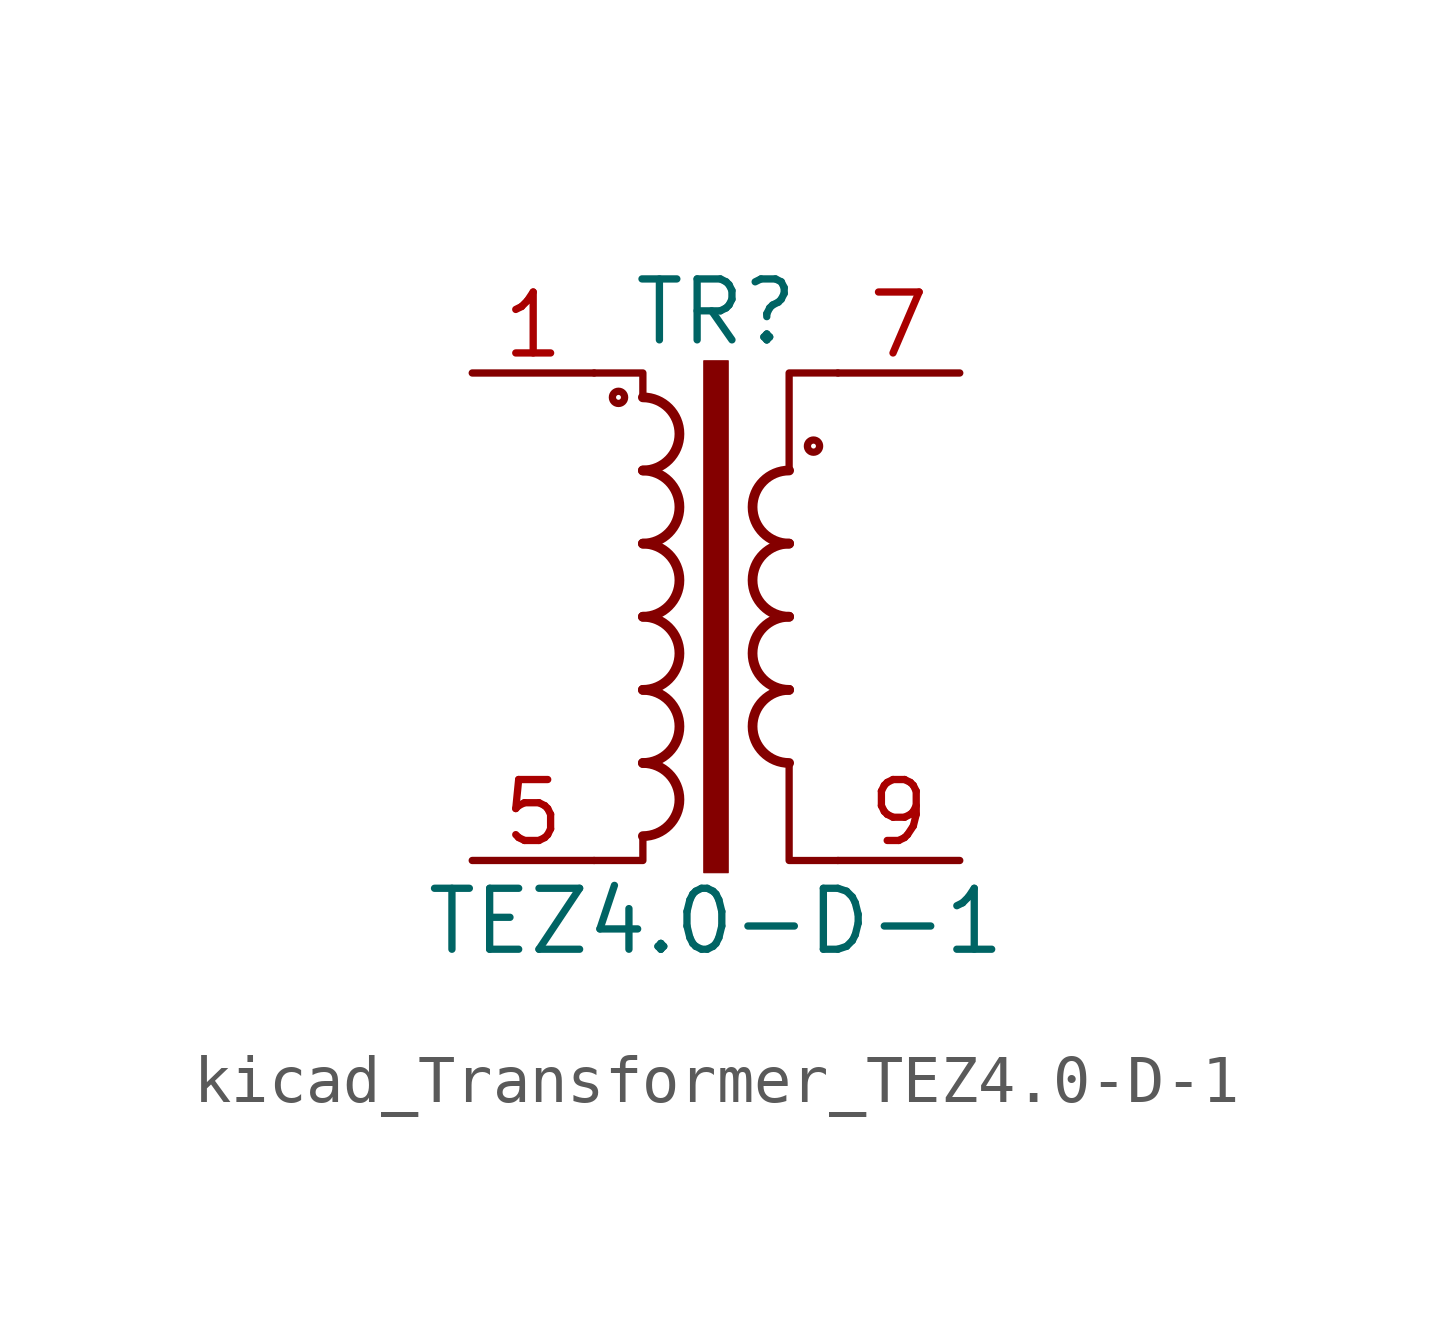
<source format=kicad_sym>
(kicad_symbol_lib
  (version 20220914)
  (generator kicad_symbol_editor)
  (symbol "kicad_Transformer_TEZ4.0-D-1"
    (pin_names
      (offset 0.025))
    (property "Reference" "TR"
      (at 0 6.35 0)
      (effects (font (size 1.27 1.27))))
    (property "Value" "TEZ4.0-D-1"
      (at 0 -6.35 0)
      (effects (font (size 1.27 1.27))))
    (symbol "kicad_Transformer_TEZ4.0-D-1_0_1"
      (circle (center -2.032 4.572) (radius 0.127) (stroke (width 0) (type default)) (fill (type none)))
      (arc (start -1.524 -4.572) (mid -0.7653 -3.81) (end -1.524 -3.048) (stroke (width 0.2032) (type default)) (fill (type none)))
      (arc (start -1.524 -3.048) (mid -0.7653 -2.286) (end -1.524 -1.524) (stroke (width 0.2032) (type default)) (fill (type none)))
      (arc (start -1.524 -1.524) (mid -0.7653 -0.762) (end -1.524 0) (stroke (width 0.2032) (type default)) (fill (type none)))
      (arc (start -1.524 0) (mid -0.7653 0.762) (end -1.524 1.524) (stroke (width 0.2032) (type default)) (fill (type none)))
      (arc (start -1.524 1.524) (mid -0.7653 2.286) (end -1.524 3.048) (stroke (width 0.2032) (type default)) (fill (type none)))
      (arc (start -1.524 3.048) (mid -0.7653 3.81) (end -1.524 4.572) (stroke (width 0.2032) (type default)) (fill (type none)))
      (rectangle (start -0.254 5.334) (end 0.254 -5.334) (stroke (width 0.025) (type default)) (fill (type outline)))
      (polyline (pts (xy -1.524 -4.572) (xy -1.524 -5.08) (xy -2.54 -5.08)) (stroke (width 0) (type default)) (fill (type none)))
      (polyline (pts (xy -1.524 4.572) (xy -1.524 5.08) (xy -2.54 5.08)) (stroke (width 0) (type default)) (fill (type none)))
      (polyline (pts (xy 1.524 3.048) (xy 1.524 5.08) (xy 2.54 5.08) (xy 2.54 5.08)) (stroke (width 0.152) (type default)) (fill (type none)))
      (polyline (pts (xy 2.54 -5.08) (xy 1.524 -5.08) (xy 1.524 -3.048) (xy 1.524 -3.048)) (stroke (width 0.152) (type default)) (fill (type none)))
      (arc (start 1.524 -1.524) (mid 0.7653 -2.286) (end 1.524 -3.048) (stroke (width 0.2032) (type default)) (fill (type none)))
      (arc (start 1.524 0) (mid 0.7653 -0.762) (end 1.524 -1.524) (stroke (width 0.2032) (type default)) (fill (type none)))
      (arc (start 1.524 1.524) (mid 0.7653 0.762) (end 1.524 0) (stroke (width 0.2032) (type default)) (fill (type none)))
      (arc (start 1.524 3.048) (mid 0.7653 2.286) (end 1.524 1.524) (stroke (width 0.2032) (type default)) (fill (type none)))
      (circle (center 2.032 3.556) (radius 0.127) (stroke (width 0) (type default)) (fill (type none))))
    (symbol "kicad_Transformer_TEZ4.0-D-1_1_1"
      (pin passive line (at -5.08 5.08 0) (length 2.54) (name "~" (effects (font (size 1.27 1.27)))) (number "1" (effects (font (size 1.27 1.27)))))
      (pin passive line (at -5.08 -5.08 0) (length 2.54) (name "~" (effects (font (size 1.27 1.27)))) (number "5" (effects (font (size 1.27 1.27)))))
      (pin passive line (at 5.08 5.08 180) (length 2.54) (name "~" (effects (font (size 1.27 1.27)))) (number "7" (effects (font (size 1.27 1.27)))))
      (pin passive line (at 5.08 -5.08 180) (length 2.54) (name "~" (effects (font (size 1.27 1.27)))) (number "9" (effects (font (size 1.27 1.27))))))))
</source>
